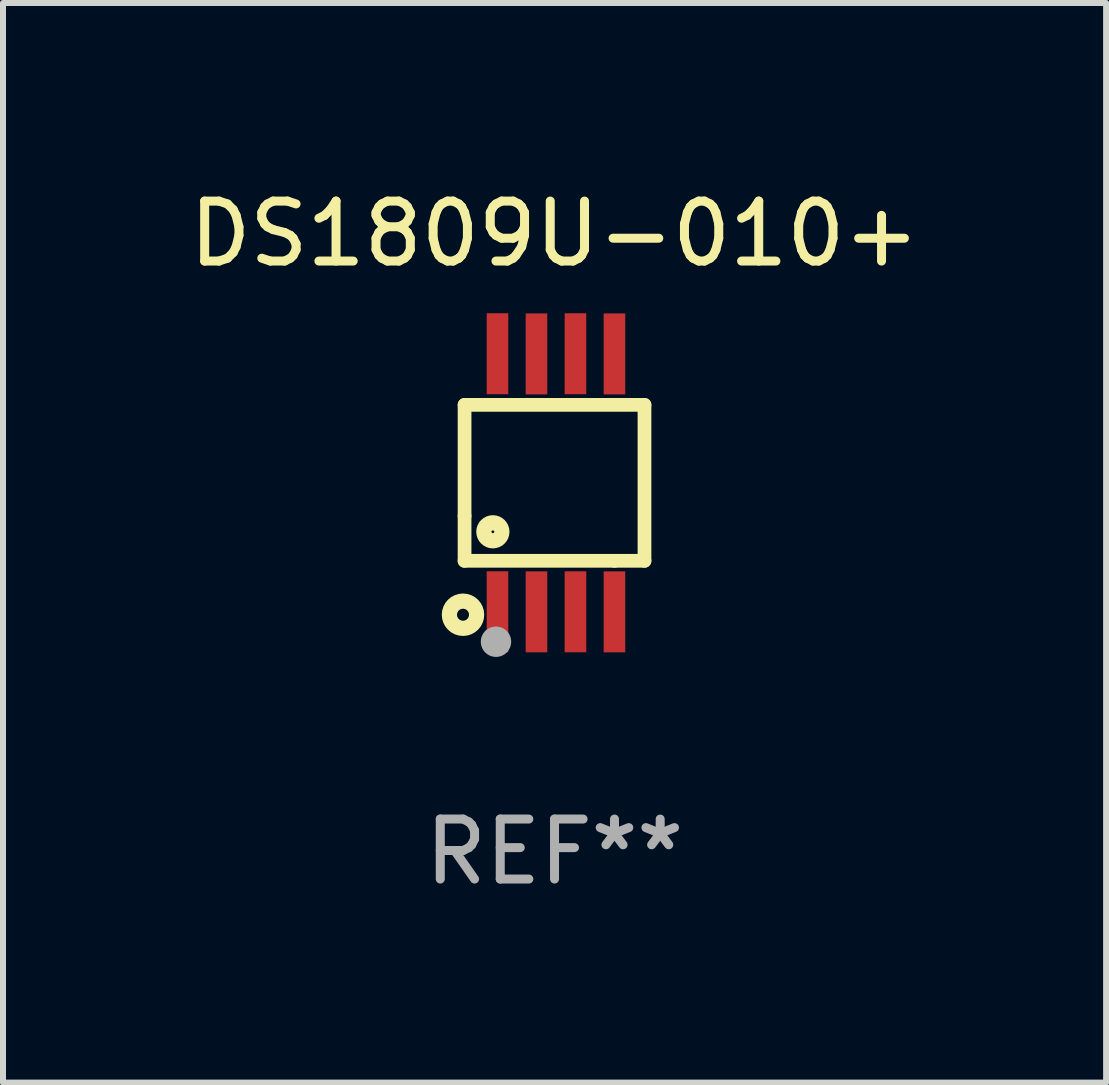
<source format=kicad_pcb>
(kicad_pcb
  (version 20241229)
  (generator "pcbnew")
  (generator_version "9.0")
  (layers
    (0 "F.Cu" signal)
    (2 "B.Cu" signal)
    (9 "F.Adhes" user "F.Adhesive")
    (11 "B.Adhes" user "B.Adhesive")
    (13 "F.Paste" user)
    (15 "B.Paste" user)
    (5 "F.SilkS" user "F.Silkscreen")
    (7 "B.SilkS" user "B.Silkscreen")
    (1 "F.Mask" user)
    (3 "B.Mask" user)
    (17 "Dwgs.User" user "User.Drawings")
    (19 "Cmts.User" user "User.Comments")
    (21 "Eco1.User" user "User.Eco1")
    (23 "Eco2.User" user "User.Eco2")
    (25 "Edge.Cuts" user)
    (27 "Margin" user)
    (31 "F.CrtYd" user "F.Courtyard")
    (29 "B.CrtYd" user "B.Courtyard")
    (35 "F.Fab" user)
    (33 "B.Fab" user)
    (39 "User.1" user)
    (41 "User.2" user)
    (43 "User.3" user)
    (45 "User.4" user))
  (footprint "DS1809U-010+"
    (layer "F.Cu")
    (at 6.196 5)
    (property "Reference" "DS1809U-010+" (at 0 -4.152 0) (layer "F.SilkS") (effects (font (size 1 1) (thickness 0.15))))
    (attr through_hole)
    (fp_line (start -1.5 1.301) (end 1 1.301) (stroke (width 0.229) (type solid)) (layer "F.SilkS"))
    (fp_line (start -1.5 -1.299) (end -1.5 0.551) (stroke (width 0.229) (type solid)) (layer "F.SilkS"))
    (fp_line (start -1.5 0.551) (end -1.5 1.301) (stroke (width 0.229) (type solid)) (layer "F.SilkS"))
    (fp_line (start 1 1.301) (end 1.5 1.301) (stroke (width 0.229) (type solid)) (layer "F.SilkS"))
    (fp_line (start 1.5 1.301) (end 1.5 -1.299) (stroke (width 0.229) (type solid)) (layer "F.SilkS"))
    (fp_line (start 1.5 -1.299) (end -1.5 -1.299) (stroke (width 0.229) (type solid)) (layer "F.SilkS"))
    (fp_circle (center -1.526 2.2) (end -1.426 2.2) (stroke (width 0.254) (type solid)) (fill no) (layer "F.SilkS"))
    (fp_circle (center -1.476 2.45) (end -1.446 2.45) (stroke (width 0.06) (type solid)) (fill no) (layer "F.SilkS"))
    (fp_circle (center -1.028 0.817) (end -0.878 0.817) (stroke (width 0.254) (type solid)) (fill no) (layer "F.SilkS"))
    (fp_circle (center -0.976 2.65) (end -0.849 2.65) (stroke (width 0.254) (type solid)) (fill no) (layer "F.Fab"))
    (fp_text user "REF**" (at 0 6.152 0) (layer "F.Fab") (effects (font (size 1 1) (thickness 0.15))))
    (pad "1" smd rect (at -0.951 2.15) (size 0.36 1.35) (layers "F.Cu" "F.Mask" "F.Paste"))
    (pad "2" smd rect (at -0.301 2.152) (size 0.36 1.35) (layers "F.Cu" "F.Mask" "F.Paste"))
    (pad "3" smd rect (at 0.349 2.151) (size 0.36 1.35) (layers "F.Cu" "F.Mask" "F.Paste"))
    (pad "4" smd rect (at 0.999 2.152) (size 0.36 1.35) (layers "F.Cu" "F.Mask" "F.Paste"))
    (pad "5" smd rect (at 0.999 -2.149) (size 0.36 1.35) (layers "F.Cu" "F.Mask" "F.Paste"))
    (pad "6" smd rect (at 0.349 -2.152) (size 0.36 1.35) (layers "F.Cu" "F.Mask" "F.Paste"))
    (pad "7" smd rect (at -0.301 -2.149) (size 0.36 1.35) (layers "F.Cu" "F.Mask" "F.Paste"))
    (pad "8" smd rect (at -0.951 -2.152) (size 0.36 1.35) (layers "F.Cu" "F.Mask" "F.Paste")))
  (gr_rect
    (start -3 -3)
    (end 15.393 15.001)
    (stroke (width 0.1) (type default))
    (fill no)
    (layer "Edge.Cuts")))
</source>
